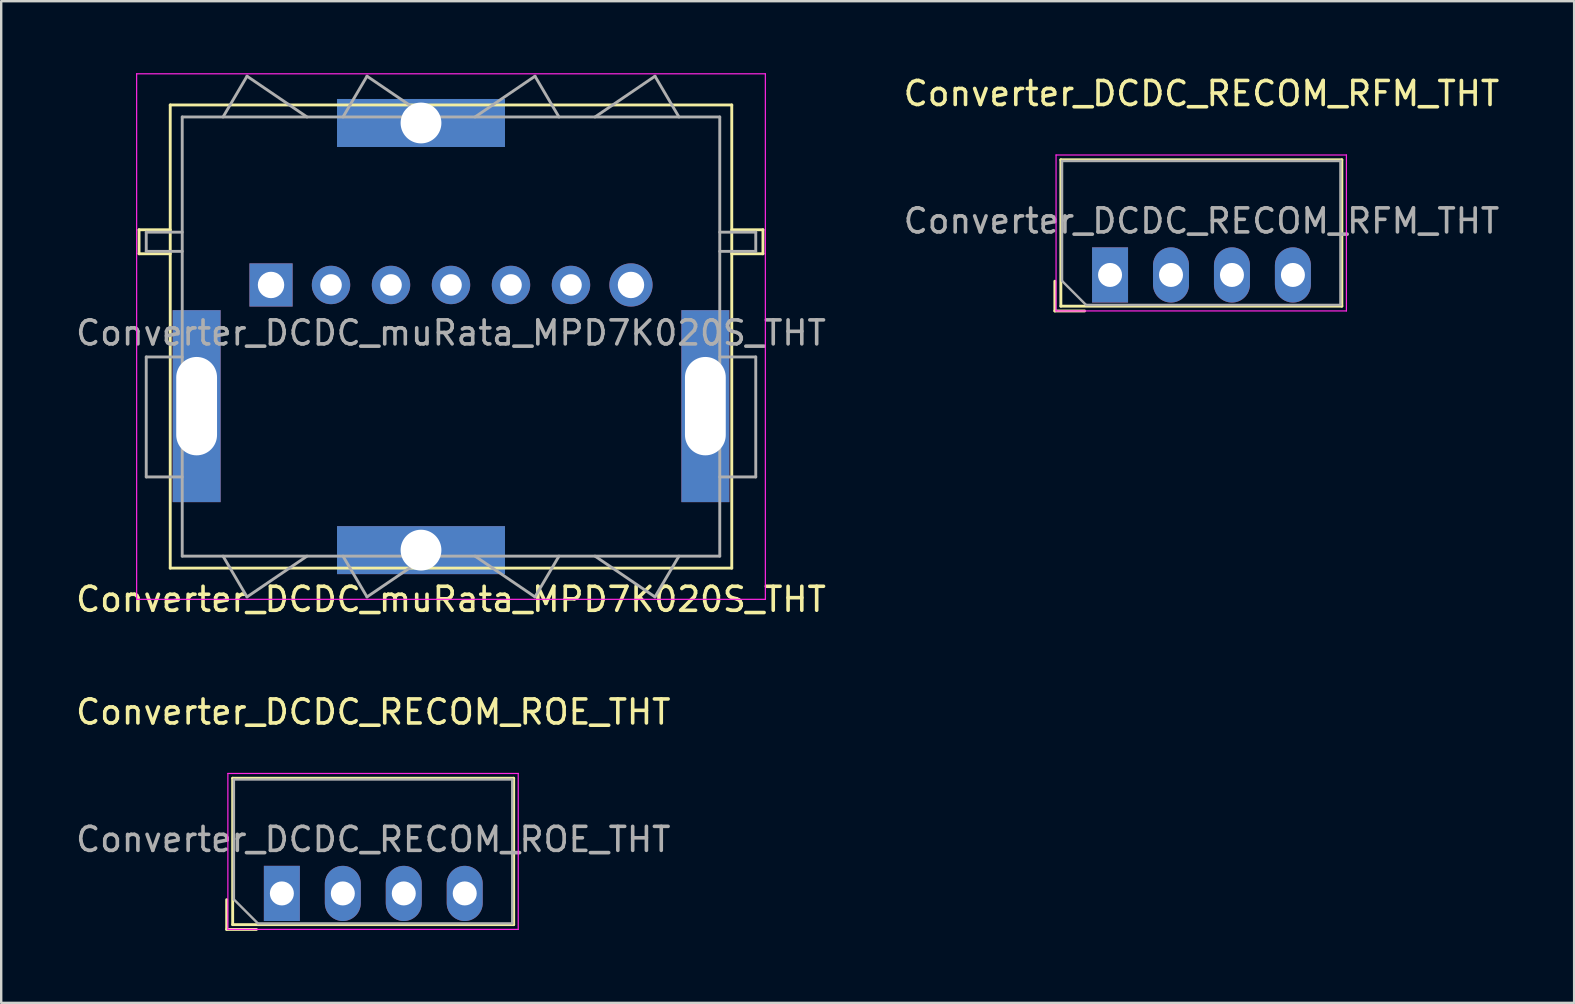
<source format=kicad_pcb>
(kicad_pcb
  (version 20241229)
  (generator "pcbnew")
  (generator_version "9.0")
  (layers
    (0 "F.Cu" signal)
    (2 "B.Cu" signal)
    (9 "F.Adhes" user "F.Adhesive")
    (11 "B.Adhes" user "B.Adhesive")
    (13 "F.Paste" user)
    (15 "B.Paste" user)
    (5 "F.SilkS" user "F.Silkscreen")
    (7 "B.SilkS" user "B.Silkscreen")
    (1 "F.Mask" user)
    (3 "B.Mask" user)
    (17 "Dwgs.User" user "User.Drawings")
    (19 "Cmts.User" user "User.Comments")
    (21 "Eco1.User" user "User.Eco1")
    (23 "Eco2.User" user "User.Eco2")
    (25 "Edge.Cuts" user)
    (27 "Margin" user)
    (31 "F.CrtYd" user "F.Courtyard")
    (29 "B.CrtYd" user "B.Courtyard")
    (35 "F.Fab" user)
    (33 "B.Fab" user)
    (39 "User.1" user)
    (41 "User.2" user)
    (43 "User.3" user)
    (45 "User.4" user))
  (footprint "Converter_DCDC_RECOM_ROE_THT"
    (layer "F.Cu")
    (at 8.696 34.181)
    (property "Reference" "Converter_DCDC_RECOM_ROE_THT" (at 3.81 -7.56 0) (layer "F.SilkS") (effects (font (size 1 1) (thickness 0.15))))
    (attr through_hole)
    (fp_line (start -2.3 0.26) (end -2.3 1.5) (stroke (width 0.12) (type solid)) (layer "F.SilkS"))
    (fp_line (start -2.3 1.5) (end -1.06 1.5) (stroke (width 0.12) (type solid)) (layer "F.SilkS"))
    (fp_line (start -2.05 -4.8) (end -2.05 1.3) (stroke (width 0.12) (type solid)) (layer "F.SilkS"))
    (fp_line (start -2.05 -4.8) (end 9.66 -4.8) (stroke (width 0.12) (type solid)) (layer "F.SilkS"))
    (fp_line (start -2.05 1.3) (end 9.66 1.3) (stroke (width 0.12) (type solid)) (layer "F.SilkS"))
    (fp_line (start 9.66 -4.8) (end 9.66 1.3) (stroke (width 0.12) (type solid)) (layer "F.SilkS"))
    (fp_line (start -2.25 -5) (end -2.25 1.5) (stroke (width 0.05) (type solid)) (layer "F.CrtYd"))
    (fp_line (start -2.25 1.5) (end 9.85 1.5) (stroke (width 0.05) (type solid)) (layer "F.CrtYd"))
    (fp_line (start 9.85 -5) (end -2.25 -5) (stroke (width 0.05) (type solid)) (layer "F.CrtYd"))
    (fp_line (start 9.85 1.5) (end 9.85 -5) (stroke (width 0.05) (type solid)) (layer "F.CrtYd"))
    (fp_line (start -2 -4.75) (end 9.6 -4.75) (stroke (width 0.1) (type solid)) (layer "F.Fab"))
    (fp_line (start -2 0.25) (end -2 -4.75) (stroke (width 0.1) (type solid)) (layer "F.Fab"))
    (fp_line (start -1 1.25) (end -2 0.25) (stroke (width 0.1) (type solid)) (layer "F.Fab"))
    (fp_line (start 9.6 -4.75) (end 9.6 1.25) (stroke (width 0.1) (type solid)) (layer "F.Fab"))
    (fp_line (start 9.6 1.25) (end -1 1.25) (stroke (width 0.1) (type solid)) (layer "F.Fab"))
    (fp_text user "${REFERENCE}" (at 3.81 -2.25 0) (layer "F.Fab") (effects (font (size 1 1) (thickness 0.15))))
    (pad "1" thru_hole rect (at 0 0) (size 1.5 2.3) (drill 1) (layers "*.Cu" "*.Mask"))
    (pad "2" thru_hole oval (at 2.54 0) (size 1.5 2.3) (drill 1) (layers "*.Cu" "*.Mask"))
    (pad "3" thru_hole oval (at 5.08 0) (size 1.5 2.3) (drill 1) (layers "*.Cu" "*.Mask"))
    (pad "4" thru_hole oval (at 7.62 0) (size 1.5 2.3) (drill 1) (layers "*.Cu" "*.Mask")))
  (footprint "Converter_DCDC_RECOM_RFM_THT"
    (layer "F.Cu")
    (at 43.208 8.408)
    (property "Reference" "Converter_DCDC_RECOM_RFM_THT" (at 3.81 -7.56 0) (layer "F.SilkS") (effects (font (size 1 1) (thickness 0.15))))
    (attr through_hole)
    (fp_line (start -2.3 0.26) (end -2.3 1.5) (stroke (width 0.12) (type solid)) (layer "F.SilkS"))
    (fp_line (start -2.3 1.5) (end -1.06 1.5) (stroke (width 0.12) (type solid)) (layer "F.SilkS"))
    (fp_line (start -2.05 -4.8) (end -2.05 1.3) (stroke (width 0.12) (type solid)) (layer "F.SilkS"))
    (fp_line (start -2.05 -4.8) (end 9.66 -4.8) (stroke (width 0.12) (type solid)) (layer "F.SilkS"))
    (fp_line (start -2.05 1.3) (end 9.66 1.3) (stroke (width 0.12) (type solid)) (layer "F.SilkS"))
    (fp_line (start 9.66 -4.8) (end 9.66 1.3) (stroke (width 0.12) (type solid)) (layer "F.SilkS"))
    (fp_line (start -2.25 -5) (end -2.25 1.5) (stroke (width 0.05) (type solid)) (layer "F.CrtYd"))
    (fp_line (start -2.25 1.5) (end 9.85 1.5) (stroke (width 0.05) (type solid)) (layer "F.CrtYd"))
    (fp_line (start 9.85 -5) (end -2.25 -5) (stroke (width 0.05) (type solid)) (layer "F.CrtYd"))
    (fp_line (start 9.85 1.5) (end 9.85 -5) (stroke (width 0.05) (type solid)) (layer "F.CrtYd"))
    (fp_line (start -2 -4.75) (end 9.6 -4.75) (stroke (width 0.1) (type solid)) (layer "F.Fab"))
    (fp_line (start -2 0.25) (end -2 -4.75) (stroke (width 0.1) (type solid)) (layer "F.Fab"))
    (fp_line (start -1 1.25) (end -2 0.25) (stroke (width 0.1) (type solid)) (layer "F.Fab"))
    (fp_line (start 9.6 -4.75) (end 9.6 1.25) (stroke (width 0.1) (type solid)) (layer "F.Fab"))
    (fp_line (start 9.6 1.25) (end -1 1.25) (stroke (width 0.1) (type solid)) (layer "F.Fab"))
    (fp_text user "${REFERENCE}" (at 3.81 -2.25 0) (layer "F.Fab") (effects (font (size 1 1) (thickness 0.15))))
    (pad "1" thru_hole rect (at 0 0) (size 1.5 2.3) (drill 1) (layers "*.Cu" "*.Mask"))
    (pad "2" thru_hole oval (at 2.54 0) (size 1.5 2.3) (drill 1) (layers "*.Cu" "*.Mask"))
    (pad "3" thru_hole oval (at 5.08 0) (size 1.5 2.3) (drill 1) (layers "*.Cu" "*.Mask"))
    (pad "4" thru_hole oval (at 7.62 0) (size 1.5 2.3) (drill 1) (layers "*.Cu" "*.Mask")))
  (footprint "Converter_DCDC_muRata_MPD7K020S_THT"
    (layer "F.Cu")
    (at 15.744 8.825)
    (property "Reference" "Converter_DCDC_muRata_MPD7K020S_THT" (at 0 13.1 180) (layer "F.SilkS") (effects (font (size 1 1) (thickness 0.15))))
    (attr through_hole)
    (fp_line (start -13 -2.3) (end -13 -1.3) (stroke (width 0.12) (type solid)) (layer "F.SilkS"))
    (fp_line (start -13 -1.3) (end -11.7 -1.3) (stroke (width 0.12) (type solid)) (layer "F.SilkS"))
    (fp_line (start -11.7 -7.5) (end -11.7 11.8) (stroke (width 0.12) (type solid)) (layer "F.SilkS"))
    (fp_line (start -11.7 -7.5) (end 11.7 -7.5) (stroke (width 0.12) (type solid)) (layer "F.SilkS"))
    (fp_line (start -11.7 -2.3) (end -13 -2.3) (stroke (width 0.12) (type solid)) (layer "F.SilkS"))
    (fp_line (start -11.7 11.8) (end 11.7 11.8) (stroke (width 0.12) (type solid)) (layer "F.SilkS"))
    (fp_line (start 11.7 -7.5) (end 11.7 11.8) (stroke (width 0.12) (type solid)) (layer "F.SilkS"))
    (fp_line (start 11.7 -2.3) (end 13 -2.3) (stroke (width 0.12) (type solid)) (layer "F.SilkS"))
    (fp_line (start 11.7 -1.3) (end 13 -1.3) (stroke (width 0.12) (type solid)) (layer "F.SilkS"))
    (fp_line (start 13 -2.3) (end 13 -1.3) (stroke (width 0.12) (type solid)) (layer "F.SilkS"))
    (fp_line (start -13.1 -8.8) (end -13.1 13.1) (stroke (width 0.05) (type solid)) (layer "F.CrtYd"))
    (fp_line (start -13.1 -8.8) (end 13.1 -8.8) (stroke (width 0.05) (type solid)) (layer "F.CrtYd"))
    (fp_line (start -13.1 13.1) (end 13.1 13.1) (stroke (width 0.05) (type solid)) (layer "F.CrtYd"))
    (fp_line (start 13.1 13.1) (end 13.1 -8.8) (stroke (width 0.05) (type solid)) (layer "F.CrtYd"))
    (fp_line (start -12.7 -2.2) (end -12.7 -1.4) (stroke (width 0.12) (type solid)) (layer "F.Fab"))
    (fp_line (start -12.7 -1.4) (end -11.2 -1.4) (stroke (width 0.12) (type solid)) (layer "F.Fab"))
    (fp_line (start -12.7 3) (end -12.7 8) (stroke (width 0.12) (type solid)) (layer "F.Fab"))
    (fp_line (start -12.7 8) (end -11.2 8) (stroke (width 0.12) (type solid)) (layer "F.Fab"))
    (fp_line (start -11.2 -7) (end -11.2 11.3) (stroke (width 0.12) (type solid)) (layer "F.Fab"))
    (fp_line (start -11.2 -7) (end 11.2 -7) (stroke (width 0.12) (type solid)) (layer "F.Fab"))
    (fp_line (start -11.2 -2.2) (end -12.7 -2.2) (stroke (width 0.12) (type solid)) (layer "F.Fab"))
    (fp_line (start -11.2 3) (end -12.7 3) (stroke (width 0.12) (type solid)) (layer "F.Fab"))
    (fp_line (start -11.2 11.3) (end 11.2 11.3) (stroke (width 0.12) (type solid)) (layer "F.Fab"))
    (fp_line (start -8.5 -8.7) (end -9.5 -7) (stroke (width 0.12) (type solid)) (layer "F.Fab"))
    (fp_line (start -8.5 13) (end -9.5 11.3) (stroke (width 0.12) (type solid)) (layer "F.Fab"))
    (fp_line (start -6 -7) (end -8.5 -8.7) (stroke (width 0.12) (type solid)) (layer "F.Fab"))
    (fp_line (start -6 11.3) (end -8.5 13) (stroke (width 0.12) (type solid)) (layer "F.Fab"))
    (fp_line (start -3.5 -8.7) (end -4.5 -7) (stroke (width 0.12) (type solid)) (layer "F.Fab"))
    (fp_line (start -3.5 13) (end -4.5 11.3) (stroke (width 0.12) (type solid)) (layer "F.Fab"))
    (fp_line (start -1 -7) (end -3.5 -8.7) (stroke (width 0.12) (type solid)) (layer "F.Fab"))
    (fp_line (start -1 11.3) (end -3.5 13) (stroke (width 0.12) (type solid)) (layer "F.Fab"))
    (fp_line (start 1 -7) (end 3.5 -8.7) (stroke (width 0.12) (type solid)) (layer "F.Fab"))
    (fp_line (start 1 11.3) (end 3.5 13) (stroke (width 0.12) (type solid)) (layer "F.Fab"))
    (fp_line (start 3.5 -8.7) (end 4.5 -7) (stroke (width 0.12) (type solid)) (layer "F.Fab"))
    (fp_line (start 3.5 13) (end 4.5 11.3) (stroke (width 0.12) (type solid)) (layer "F.Fab"))
    (fp_line (start 6 -7) (end 8.5 -8.7) (stroke (width 0.12) (type solid)) (layer "F.Fab"))
    (fp_line (start 6 11.3) (end 8.5 13) (stroke (width 0.12) (type solid)) (layer "F.Fab"))
    (fp_line (start 8.5 -8.7) (end 9.5 -7) (stroke (width 0.12) (type solid)) (layer "F.Fab"))
    (fp_line (start 8.5 13) (end 9.5 11.3) (stroke (width 0.12) (type solid)) (layer "F.Fab"))
    (fp_line (start 11.2 -7) (end 11.2 11.3) (stroke (width 0.12) (type solid)) (layer "F.Fab"))
    (fp_line (start 11.2 -2.2) (end 12.7 -2.2) (stroke (width 0.12) (type solid)) (layer "F.Fab"))
    (fp_line (start 11.2 3) (end 12.7 3) (stroke (width 0.12) (type solid)) (layer "F.Fab"))
    (fp_line (start 12.7 -2.2) (end 12.7 -1.4) (stroke (width 0.12) (type solid)) (layer "F.Fab"))
    (fp_line (start 12.7 -1.4) (end 11.2 -1.4) (stroke (width 0.12) (type solid)) (layer "F.Fab"))
    (fp_line (start 12.7 3) (end 12.7 8) (stroke (width 0.12) (type solid)) (layer "F.Fab"))
    (fp_line (start 12.7 8) (end 11.2 8) (stroke (width 0.12) (type solid)) (layer "F.Fab"))
    (fp_text user "${REFERENCE}" (at 0 2 180) (layer "F.Fab") (effects (font (size 1 1) (thickness 0.15))))
    (pad "1" thru_hole rect (at -7.5 0) (size 1.8 1.8) (drill 1.1) (layers "*.Cu" "*.Mask"))
    (pad "2" thru_hole circle (at -5 0) (size 1.6 1.6) (drill 0.9) (layers "*.Cu" "*.Mask"))
    (pad "3" thru_hole circle (at -2.5 0) (size 1.6 1.6) (drill 0.9) (layers "*.Cu" "*.Mask"))
    (pad "4" thru_hole circle (at 0 0) (size 1.6 1.6) (drill 0.9) (layers "*.Cu" "*.Mask"))
    (pad "5" thru_hole circle (at 2.5 0) (size 1.6 1.6) (drill 0.9) (layers "*.Cu" "*.Mask"))
    (pad "6" thru_hole circle (at 5 0) (size 1.6 1.6) (drill 0.9) (layers "*.Cu" "*.Mask"))
    (pad "7" thru_hole circle (at 7.5 0) (size 1.8 1.8) (drill 1.1) (layers "*.Cu" "*.Mask"))
    (pad "8" thru_hole rect (at -10.6 5.05) (size 2 8) (drill oval 1.7 4.1) (layers "*.Cu" "*.Mask"))
    (pad "8" thru_hole rect (at -1.25 -6.75) (size 7 2) (drill 1.7) (layers "*.Cu" "*.Mask"))
    (pad "8" thru_hole rect (at -1.25 11.05) (size 7 2) (drill 1.7) (layers "*.Cu" "*.Mask"))
    (pad "8" thru_hole rect (at 10.6 5.05) (size 2 8) (drill oval 1.7 4.1) (layers "*.Cu" "*.Mask")))
  (gr_rect
    (start -3 -3)
    (end 62.548 38.742)
    (stroke (width 0.1) (type default))
    (fill no)
    (layer "Edge.Cuts")))
</source>
